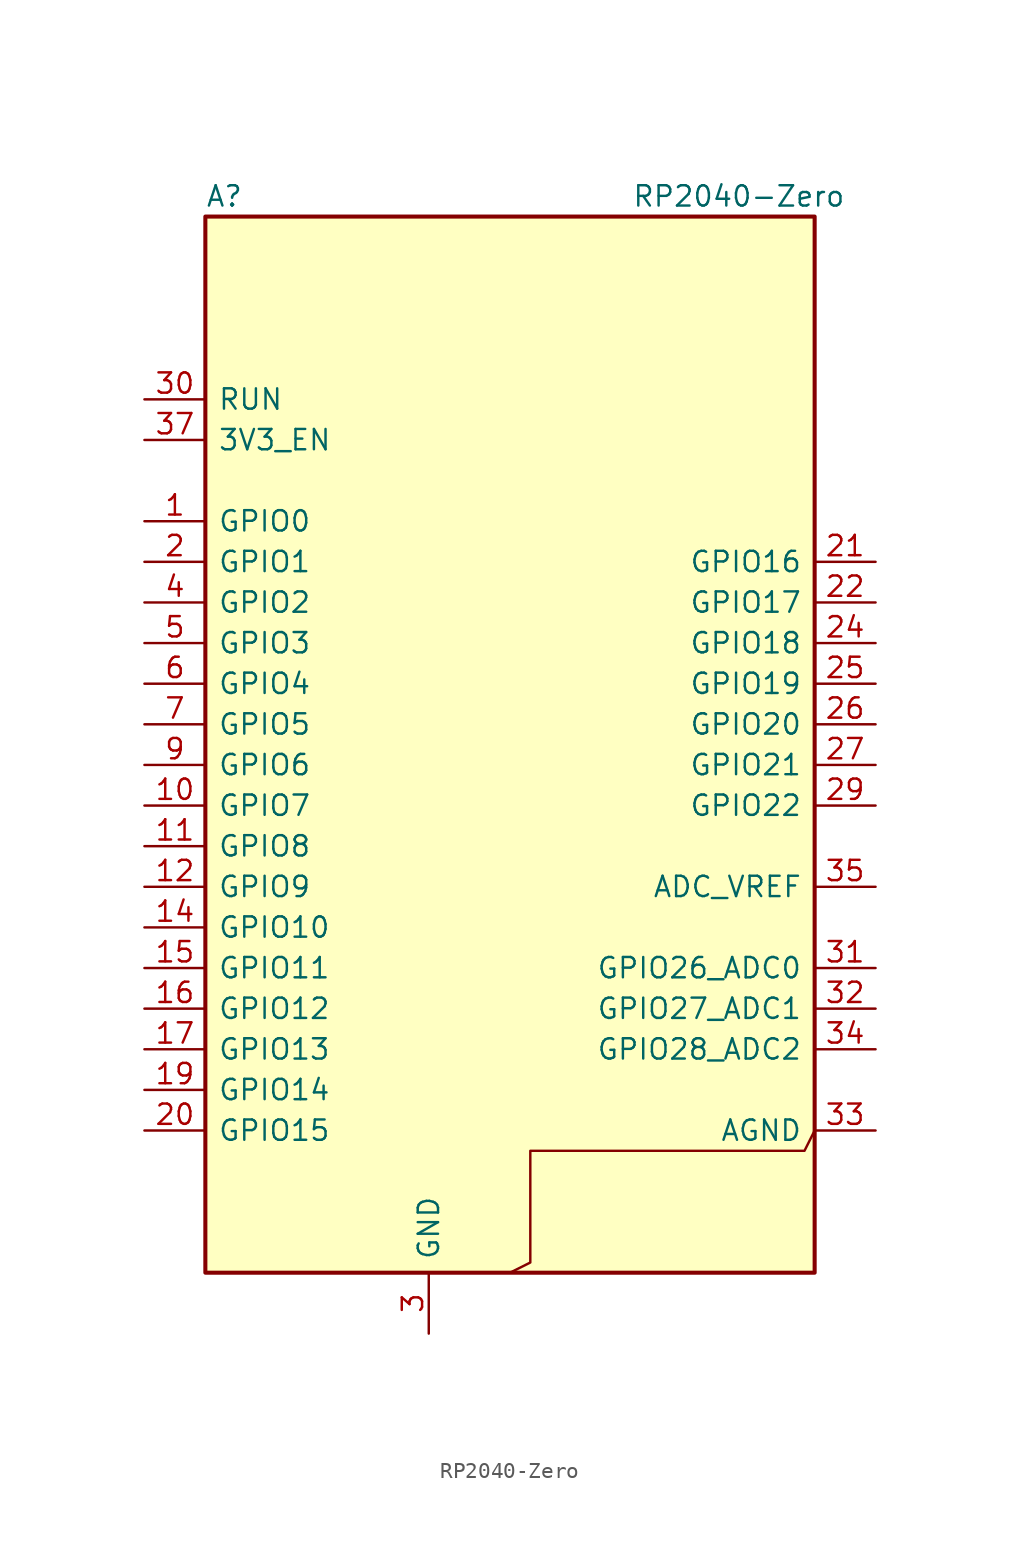
<source format=kicad_sym>
(kicad_symbol_lib
  (version 20241209)
  (generator "kicad_symbol_editor")
  (generator_version "9.0")
  (symbol "RP2040-Zero"
    (pin_names
      (offset 0.762))
    (property "Reference" "A"
      (at -19.05 35.56 0)
      (effects (font (size 1.27 1.27)) (justify left)))
    (property "Value" "RP2040-Zero"
      (at 7.62 35.56 0)
      (effects (font (size 1.27 1.27)) (justify left)))
    (symbol "RP2040-Zero_0_1"
      (rectangle (start -19.05 34.29) (end 19.05 -31.75) (stroke (width 0.254) (type default)) (fill (type background)))
      (polyline (pts (xy 0 -31.75) (xy 1.27 -31.115) (xy 1.27 -24.13) (xy 18.415 -24.13) (xy 19.05 -22.86)) (stroke (width 0) (type default)) (fill (type none))))
    (symbol "RP2040-Zero_1_1"
      (pin passive line (at -22.86 22.86 0) (length 3.81) (name "RUN" (effects (font (size 1.27 1.27)))) (number "30" (effects (font (size 1.27 1.27)))) (alternate "~{RESET}" passive line))
      (pin passive line (at -22.86 20.32 0) (length 3.81) (name "3V3_EN" (effects (font (size 1.27 1.27)))) (number "37" (effects (font (size 1.27 1.27)))) (alternate "~{3V3_DISABLE}" passive line))
      (pin bidirectional line (at -22.86 15.24 0) (length 3.81) (name "GPIO0" (effects (font (size 1.27 1.27)))) (number "1" (effects (font (size 1.27 1.27)))) (alternate "I2C0_SDA" bidirectional line) (alternate "PWM0_A" output line) (alternate "SPI0_RX" input line) (alternate "UART0_TX" output line) (alternate "USB_OVCUR_DET" input line))
      (pin bidirectional line (at -22.86 12.7 0) (length 3.81) (name "GPIO1" (effects (font (size 1.27 1.27)))) (number "2" (effects (font (size 1.27 1.27)))) (alternate "I2C0_SCL" bidirectional clock) (alternate "PWM0_B" bidirectional line) (alternate "UART0_RX" input line) (alternate "USB_VBUS_DET" passive line) (alternate "~{SPI0_CSn}" bidirectional line))
      (pin bidirectional line (at -22.86 10.16 0) (length 3.81) (name "GPIO2" (effects (font (size 1.27 1.27)))) (number "4" (effects (font (size 1.27 1.27)))) (alternate "I2C1_SDA" bidirectional line) (alternate "PWM1_A" output line) (alternate "SPI0_SCK" bidirectional clock) (alternate "UART0_CTS" input line) (alternate "USB_VBUS_EN" output line))
      (pin bidirectional line (at -22.86 7.62 0) (length 3.81) (name "GPIO3" (effects (font (size 1.27 1.27)))) (number "5" (effects (font (size 1.27 1.27)))) (alternate "I2C1_SCL" bidirectional clock) (alternate "PWM1_B" bidirectional line) (alternate "SPI0_TX" output line) (alternate "UART0_RTS" output line) (alternate "USB_OVCUR_DET" input line))
      (pin bidirectional line (at -22.86 5.08 0) (length 3.81) (name "GPIO4" (effects (font (size 1.27 1.27)))) (number "6" (effects (font (size 1.27 1.27)))) (alternate "I2C0_SDA" bidirectional line) (alternate "PWM2_A" output line) (alternate "SPI0_RX" input line) (alternate "UART1_TX" output line) (alternate "USB_VBUS_DET" input line))
      (pin bidirectional line (at -22.86 2.54 0) (length 3.81) (name "GPIO5" (effects (font (size 1.27 1.27)))) (number "7" (effects (font (size 1.27 1.27)))) (alternate "I2C0_SCL" bidirectional clock) (alternate "PWM2_B" bidirectional line) (alternate "UART1_RX" input line) (alternate "USB_VBUS_EN" output line) (alternate "~{SPI0_CSn}" bidirectional line))
      (pin bidirectional line (at -22.86 0 0) (length 3.81) (name "GPIO6" (effects (font (size 1.27 1.27)))) (number "9" (effects (font (size 1.27 1.27)))) (alternate "I2C1_SDA" bidirectional line) (alternate "PWM3_A" output line) (alternate "SPI0_SCK" bidirectional clock) (alternate "UART1_CTS" input line) (alternate "USB_OVCUR_DET" input line))
      (pin bidirectional line (at -22.86 -2.54 0) (length 3.81) (name "GPIO7" (effects (font (size 1.27 1.27)))) (number "10" (effects (font (size 1.27 1.27)))) (alternate "I2C1_SCL" bidirectional clock) (alternate "PWM3_B" bidirectional line) (alternate "SPI0_TX" output line) (alternate "UART1_RTS" output line) (alternate "USB_VBUS_DET" input line))
      (pin bidirectional line (at -22.86 -5.08 0) (length 3.81) (name "GPIO8" (effects (font (size 1.27 1.27)))) (number "11" (effects (font (size 1.27 1.27)))) (alternate "I2C0_SDA" bidirectional line) (alternate "PWM4_A" output line) (alternate "SPI1_RX" input line) (alternate "UART1_TX" output line) (alternate "USB_VBUS_EN" output line))
      (pin bidirectional line (at -22.86 -7.62 0) (length 3.81) (name "GPIO9" (effects (font (size 1.27 1.27)))) (number "12" (effects (font (size 1.27 1.27)))) (alternate "I2C0_SCL" bidirectional clock) (alternate "PWM4_B" bidirectional line) (alternate "UART1_RX" input line) (alternate "USB_OVCUR_DET" input line) (alternate "~{SPI1_CSn}" bidirectional line))
      (pin bidirectional line (at -22.86 -10.16 0) (length 3.81) (name "GPIO10" (effects (font (size 1.27 1.27)))) (number "14" (effects (font (size 1.27 1.27)))) (alternate "I2C1_SDA" bidirectional line) (alternate "PWM5_A" output line) (alternate "SPI1_SCK" bidirectional clock) (alternate "UART1_CTS" input line) (alternate "USB_VBUS_DET" input line))
      (pin bidirectional line (at -22.86 -12.7 0) (length 3.81) (name "GPIO11" (effects (font (size 1.27 1.27)))) (number "15" (effects (font (size 1.27 1.27)))) (alternate "I2C1_SCL" bidirectional clock) (alternate "PWM5_B" bidirectional line) (alternate "SPI1_TX" output line) (alternate "UART1_RTS" output line) (alternate "USB_VBUS_EN" output line))
      (pin bidirectional line (at -22.86 -15.24 0) (length 3.81) (name "GPIO12" (effects (font (size 1.27 1.27)))) (number "16" (effects (font (size 1.27 1.27)))) (alternate "I2C0_SDA" bidirectional line) (alternate "PWM6_A" output line) (alternate "SPI1_RX" input line) (alternate "UART0_TX" output line) (alternate "USB_OVCUR_DET" input line))
      (pin bidirectional line (at -22.86 -17.78 0) (length 3.81) (name "GPIO13" (effects (font (size 1.27 1.27)))) (number "17" (effects (font (size 1.27 1.27)))) (alternate "I2C0_SCL" bidirectional clock) (alternate "PWM6_B" bidirectional line) (alternate "UART0_RX" input line) (alternate "USB_VBUS_DET" input line) (alternate "~{SPI1_CSn}" bidirectional line))
      (pin bidirectional line (at -22.86 -20.32 0) (length 3.81) (name "GPIO14" (effects (font (size 1.27 1.27)))) (number "19" (effects (font (size 1.27 1.27)))) (alternate "I2C1_SDA" bidirectional line) (alternate "PWM7_A" output line) (alternate "SPI1_SCK" bidirectional clock) (alternate "UART0_CTS" input line) (alternate "USB_VBUS_EN" output line))
      (pin bidirectional line (at -22.86 -22.86 0) (length 3.81) (name "GPIO15" (effects (font (size 1.27 1.27)))) (number "20" (effects (font (size 1.27 1.27)))) (alternate "I2C1_SCL" bidirectional clock) (alternate "PWM7_B" bidirectional line) (alternate "SPI1_TX" output line) (alternate "UART0_RTS" output line) (alternate "USB_OVCUR_DET" input line))
      (pin power_out line (at -5.08 -35.56 90) (length 3.81) (name "GND" (effects (font (size 1.27 1.27)))) (number "3" (effects (font (size 1.27 1.27)))) (alternate "GND_IN" power_in line))
      (pin passive line (at -2.54 -35.56 90) (length 3.81) (hide yes) (name "GND" (effects (font (size 1.27 1.27)))) (number "18" (effects (font (size 1.27 1.27)))))
      (pin passive line (at 0 -35.56 90) (length 3.81) (hide yes) (name "GND" (effects (font (size 1.27 1.27)))) (number "28" (effects (font (size 1.27 1.27)))))
      (pin passive line (at 0 -35.56 90) (length 3.81) (hide yes) (name "GND" (effects (font (size 1.27 1.27)))) (number "38" (effects (font (size 1.27 1.27)))))
      (pin passive line (at 0 -35.56 90) (length 3.81) (hide yes) (name "GND" (effects (font (size 1.27 1.27)))) (number "8" (effects (font (size 1.27 1.27)))))
      (pin passive line (at 3.81 -35.56 90) (length 3.81) (hide yes) (name "GND" (effects (font (size 1.27 1.27)))) (number "13" (effects (font (size 1.27 1.27)))))
      (pin passive line (at 7.62 -35.56 90) (length 3.81) (hide yes) (name "GND" (effects (font (size 1.27 1.27)))) (number "23" (effects (font (size 1.27 1.27)))))
      (pin bidirectional line (at 22.86 12.7 180) (length 3.81) (name "GPIO16" (effects (font (size 1.27 1.27)))) (number "21" (effects (font (size 1.27 1.27)))) (alternate "I2C0_SDA" bidirectional line) (alternate "PWM0_A" output line) (alternate "SPI0_RX" input line) (alternate "UART0_TX" output line) (alternate "USB_VBUS_DET" input line))
      (pin bidirectional line (at 22.86 10.16 180) (length 3.81) (name "GPIO17" (effects (font (size 1.27 1.27)))) (number "22" (effects (font (size 1.27 1.27)))) (alternate "I2C0_SCL" bidirectional clock) (alternate "PWM0_B" bidirectional line) (alternate "UART0_RX" input line) (alternate "USB_VBUS_EN" output line) (alternate "~{SPI0_CSn}" bidirectional line))
      (pin bidirectional line (at 22.86 7.62 180) (length 3.81) (name "GPIO18" (effects (font (size 1.27 1.27)))) (number "24" (effects (font (size 1.27 1.27)))) (alternate "I2C1_SDA" bidirectional line) (alternate "PWM1_A" output line) (alternate "SPI0_SCK" bidirectional clock) (alternate "UART0_CTS" input line) (alternate "USB_OVCUR_DET" input line))
      (pin bidirectional line (at 22.86 5.08 180) (length 3.81) (name "GPIO19" (effects (font (size 1.27 1.27)))) (number "25" (effects (font (size 1.27 1.27)))) (alternate "I2C1_SCL" bidirectional clock) (alternate "PWM1_B" bidirectional line) (alternate "SPI0_TX" output line) (alternate "UART0_RTS" output line) (alternate "USB_VBUS_DET" input line))
      (pin bidirectional line (at 22.86 2.54 180) (length 3.81) (name "GPIO20" (effects (font (size 1.27 1.27)))) (number "26" (effects (font (size 1.27 1.27)))) (alternate "CLOCK_GPIN0" input clock) (alternate "I2C0_SDA" bidirectional line) (alternate "PWM2_A" output line) (alternate "SPI0_RX" input line) (alternate "UART1_TX" output line) (alternate "USB_VBUS_EN" output line))
      (pin bidirectional line (at 22.86 0 180) (length 3.81) (name "GPIO21" (effects (font (size 1.27 1.27)))) (number "27" (effects (font (size 1.27 1.27)))) (alternate "CLOCK_GPOUT0" output clock) (alternate "I2C0_SCL" bidirectional clock) (alternate "PWM2_B" bidirectional line) (alternate "UART1_RX" input line) (alternate "USB_OVCUR_DET" input line) (alternate "~{SPI0_CSn}" bidirectional line))
      (pin bidirectional line (at 22.86 -2.54 180) (length 3.81) (name "GPIO22" (effects (font (size 1.27 1.27)))) (number "29" (effects (font (size 1.27 1.27)))) (alternate "CLOCK_GPIN1" input clock) (alternate "I2C1_SDA" bidirectional line) (alternate "PWM3_A" output line) (alternate "SPI0_SCK" bidirectional clock) (alternate "UART1_CTS" input line) (alternate "USB_VBUS_DET" input line))
      (pin power_in line (at 22.86 -7.62 180) (length 3.81) (name "ADC_VREF" (effects (font (size 1.27 1.27)))) (number "35" (effects (font (size 1.27 1.27)))))
      (pin bidirectional line (at 22.86 -12.7 180) (length 3.81) (name "GPIO26_ADC0" (effects (font (size 1.27 1.27)))) (number "31" (effects (font (size 1.27 1.27)))) (alternate "ADC0" input line) (alternate "GPIO26" bidirectional line) (alternate "I2C1_SDA" bidirectional line) (alternate "PWM5_A" output line) (alternate "SPI1_SCK" bidirectional clock) (alternate "UART1_CTS" input line) (alternate "USB_VBUS_EN" output line))
      (pin bidirectional line (at 22.86 -15.24 180) (length 3.81) (name "GPIO27_ADC1" (effects (font (size 1.27 1.27)))) (number "32" (effects (font (size 1.27 1.27)))) (alternate "ADC1" input line) (alternate "GPIO27" bidirectional line) (alternate "I2C1_SCL" bidirectional clock) (alternate "PWM5_B" bidirectional line) (alternate "SPI1_TX" output line) (alternate "UART1_RTS" output line) (alternate "USB_OVCUR_DET" input line))
      (pin bidirectional line (at 22.86 -17.78 180) (length 3.81) (name "GPIO28_ADC2" (effects (font (size 1.27 1.27)))) (number "34" (effects (font (size 1.27 1.27)))) (alternate "ADC2" input line) (alternate "GPIO28" bidirectional line) (alternate "I2C0_SDA" bidirectional line) (alternate "PWM6_A" output line) (alternate "SPI1_RX" input line) (alternate "UART0_TX" output line) (alternate "USB_VBUS_DET" input line))
      (pin power_out line (at 22.86 -22.86 180) (length 3.81) (name "AGND" (effects (font (size 1.27 1.27)))) (number "33" (effects (font (size 1.27 1.27)))) (alternate "GND" passive line)))))
</source>
